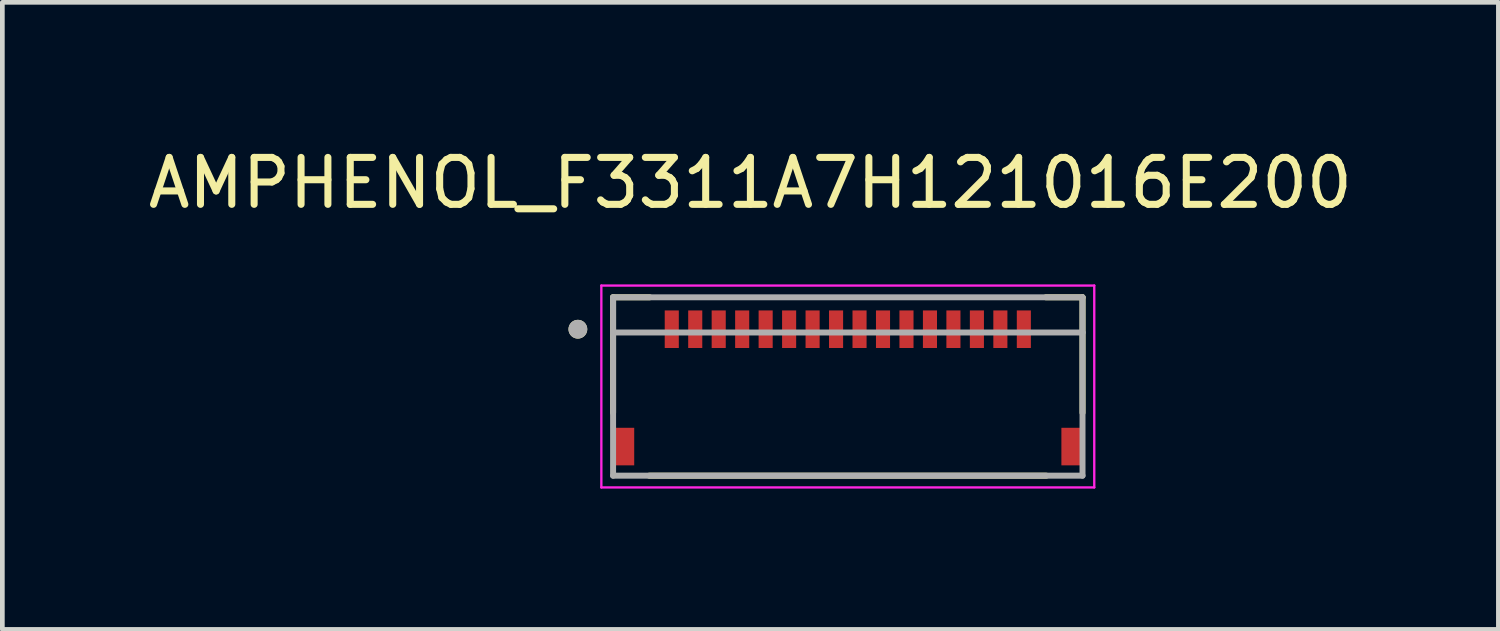
<source format=kicad_pcb>
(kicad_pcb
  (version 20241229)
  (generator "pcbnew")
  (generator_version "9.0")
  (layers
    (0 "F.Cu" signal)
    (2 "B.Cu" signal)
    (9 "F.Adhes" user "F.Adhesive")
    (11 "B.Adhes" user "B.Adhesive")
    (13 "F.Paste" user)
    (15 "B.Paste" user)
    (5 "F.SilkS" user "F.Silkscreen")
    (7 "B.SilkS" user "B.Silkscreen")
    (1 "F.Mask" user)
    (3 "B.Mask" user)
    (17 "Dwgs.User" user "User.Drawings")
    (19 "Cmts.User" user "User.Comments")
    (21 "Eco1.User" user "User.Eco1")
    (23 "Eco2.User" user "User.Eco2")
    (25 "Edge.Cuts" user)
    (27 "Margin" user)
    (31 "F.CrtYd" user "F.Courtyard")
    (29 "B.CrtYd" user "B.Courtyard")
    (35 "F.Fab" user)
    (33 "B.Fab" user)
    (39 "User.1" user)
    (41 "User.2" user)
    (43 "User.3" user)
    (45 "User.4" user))
  (footprint "AMPHENOL_F3311A7H121016E200"
    (layer "F.Cu")
    (at 15.01 5.183)
    (property "Reference" "AMPHENOL_F3311A7H121016E200" (at -2.075 -4.335 0) (layer "F.SilkS") (effects (font (size 1 1) (thickness 0.15))))
    (attr smd)
    (fp_line (start -5 -1.9) (end -5 0.56) (stroke (width 0.127) (type solid)) (layer "F.SilkS"))
    (fp_line (start -5 -1.9) (end -4.22 -1.9) (stroke (width 0.127) (type solid)) (layer "F.SilkS"))
    (fp_line (start -4.23 1.9) (end 4.23 1.9) (stroke (width 0.127) (type solid)) (layer "F.SilkS"))
    (fp_line (start 4.22 -1.9) (end 5 -1.9) (stroke (width 0.127) (type solid)) (layer "F.SilkS"))
    (fp_line (start 5 0.56) (end 5 -1.9) (stroke (width 0.127) (type solid)) (layer "F.SilkS"))
    (fp_circle (center -5.75 -1.22) (end -5.65 -1.22) (stroke (width 0.2) (type solid)) (fill no) (layer "F.SilkS"))
    (fp_line (start -5.25 -2.15) (end -5.25 2.15) (stroke (width 0.05) (type solid)) (layer "F.CrtYd"))
    (fp_line (start -5.25 2.15) (end 5.25 2.15) (stroke (width 0.05) (type solid)) (layer "F.CrtYd"))
    (fp_line (start 5.25 -2.15) (end -5.25 -2.15) (stroke (width 0.05) (type solid)) (layer "F.CrtYd"))
    (fp_line (start 5.25 2.15) (end 5.25 -2.15) (stroke (width 0.05) (type solid)) (layer "F.CrtYd"))
    (fp_line (start -5 -1.9) (end 5 -1.9) (stroke (width 0.127) (type solid)) (layer "F.Fab"))
    (fp_line (start -5 -1.15) (end -5 -1.9) (stroke (width 0.127) (type solid)) (layer "F.Fab"))
    (fp_line (start -5 -1.15) (end -5 1.9) (stroke (width 0.127) (type solid)) (layer "F.Fab"))
    (fp_line (start -5 1.9) (end 5 1.9) (stroke (width 0.127) (type solid)) (layer "F.Fab"))
    (fp_line (start 5 -1.9) (end 5 -1.15) (stroke (width 0.127) (type solid)) (layer "F.Fab"))
    (fp_line (start 5 -1.15) (end -5 -1.15) (stroke (width 0.127) (type solid)) (layer "F.Fab"))
    (fp_line (start 5 1.9) (end 5 -1.15) (stroke (width 0.127) (type solid)) (layer "F.Fab"))
    (fp_circle (center -5.75 -1.22) (end -5.65 -1.22) (stroke (width 0.2) (type solid)) (fill no) (layer "F.Fab"))
    (pad "1" smd rect (at -3.75 -1.22) (size 0.3 0.8) (layers "F.Cu" "F.Mask" "F.Paste"))
    (pad "2" smd rect (at -3.25 -1.22) (size 0.3 0.8) (layers "F.Cu" "F.Mask" "F.Paste"))
    (pad "3" smd rect (at -2.75 -1.22) (size 0.3 0.8) (layers "F.Cu" "F.Mask" "F.Paste"))
    (pad "4" smd rect (at -2.25 -1.22) (size 0.3 0.8) (layers "F.Cu" "F.Mask" "F.Paste"))
    (pad "5" smd rect (at -1.75 -1.22) (size 0.3 0.8) (layers "F.Cu" "F.Mask" "F.Paste"))
    (pad "6" smd rect (at -1.25 -1.22) (size 0.3 0.8) (layers "F.Cu" "F.Mask" "F.Paste"))
    (pad "7" smd rect (at -0.75 -1.22) (size 0.3 0.8) (layers "F.Cu" "F.Mask" "F.Paste"))
    (pad "8" smd rect (at -0.25 -1.22) (size 0.3 0.8) (layers "F.Cu" "F.Mask" "F.Paste"))
    (pad "9" smd rect (at 0.25 -1.22) (size 0.3 0.8) (layers "F.Cu" "F.Mask" "F.Paste"))
    (pad "10" smd rect (at 0.75 -1.22) (size 0.3 0.8) (layers "F.Cu" "F.Mask" "F.Paste"))
    (pad "11" smd rect (at 1.25 -1.22) (size 0.3 0.8) (layers "F.Cu" "F.Mask" "F.Paste"))
    (pad "12" smd rect (at 1.75 -1.22) (size 0.3 0.8) (layers "F.Cu" "F.Mask" "F.Paste"))
    (pad "13" smd rect (at 2.25 -1.22) (size 0.3 0.8) (layers "F.Cu" "F.Mask" "F.Paste"))
    (pad "14" smd rect (at 2.75 -1.22) (size 0.3 0.8) (layers "F.Cu" "F.Mask" "F.Paste"))
    (pad "15" smd rect (at 3.25 -1.22) (size 0.3 0.8) (layers "F.Cu" "F.Mask" "F.Paste"))
    (pad "16" smd rect (at 3.75 -1.22) (size 0.3 0.8) (layers "F.Cu" "F.Mask" "F.Paste"))
    (pad "SH1" smd rect (at -4.75 1.28) (size 0.4 0.8) (layers "F.Cu" "F.Mask" "F.Paste"))
    (pad "SH2" smd rect (at 4.75 1.28) (size 0.4 0.8) (layers "F.Cu" "F.Mask" "F.Paste")))
  (gr_rect
    (start -3 -3)
    (end 28.869 10.358)
    (stroke (width 0.1) (type default))
    (fill no)
    (layer "Edge.Cuts")))
</source>
